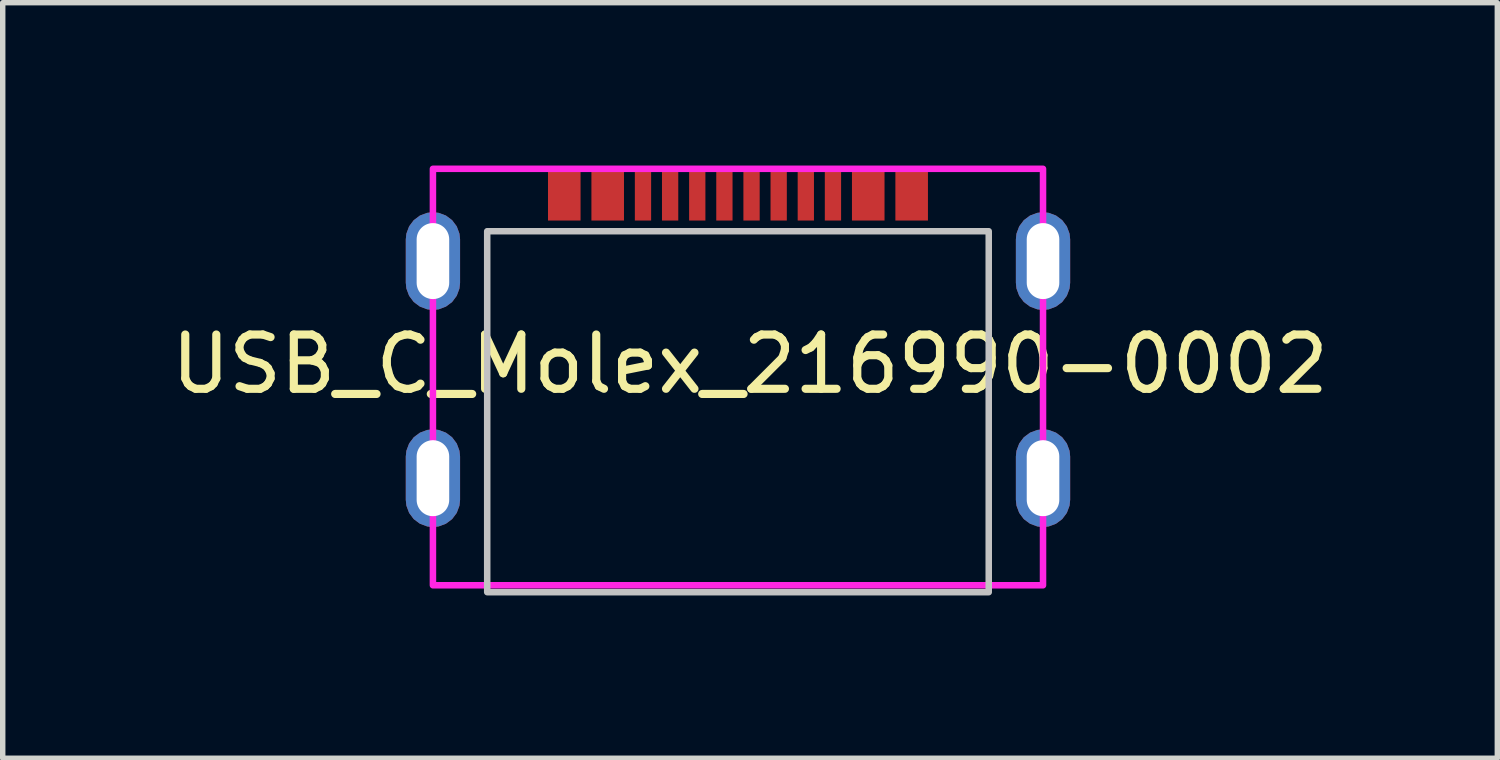
<source format=kicad_pcb>
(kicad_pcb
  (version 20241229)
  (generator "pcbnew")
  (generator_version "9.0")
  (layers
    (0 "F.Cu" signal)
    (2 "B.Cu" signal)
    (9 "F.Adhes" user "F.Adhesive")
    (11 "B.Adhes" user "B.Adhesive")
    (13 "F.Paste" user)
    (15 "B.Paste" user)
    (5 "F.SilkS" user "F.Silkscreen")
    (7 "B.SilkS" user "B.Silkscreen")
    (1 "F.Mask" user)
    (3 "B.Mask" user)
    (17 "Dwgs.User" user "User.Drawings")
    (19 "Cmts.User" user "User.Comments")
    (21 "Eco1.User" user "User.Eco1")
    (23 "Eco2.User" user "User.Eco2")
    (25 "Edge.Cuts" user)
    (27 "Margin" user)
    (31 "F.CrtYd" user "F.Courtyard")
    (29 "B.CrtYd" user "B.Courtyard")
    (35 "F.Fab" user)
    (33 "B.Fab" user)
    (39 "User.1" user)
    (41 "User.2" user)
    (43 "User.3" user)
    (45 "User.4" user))
  (footprint "USB_C_Molex_216990-0002"
    (layer "F.Cu")
    (at 4.926 0.61)
    (property "Reference" "USB_C_Molex_216990-0002" (at 5.842 3.048 0) (unlocked yes) (layer "F.SilkS") (effects (font (size 1 1) (thickness 0.15))))
    (attr smd)
    (fp_rect (start 1 0.6) (end 10.24 7.25) (stroke (width 0.12) (type solid)) (fill no) (layer "Dwgs.User"))
    (fp_rect (start 0 -0.55) (end 11.24 7.123) (stroke (width 0.12) (type solid)) (fill no) (layer "F.CrtYd"))
    (pad "A1" smd rect (at 2.42 -0.072) (size 0.6 0.95) (layers "F.Cu" "F.Mask" "F.Paste"))
    (pad "A1" smd rect (at 8.82 -0.072) (size 0.6 0.95) (layers "F.Cu" "F.Mask" "F.Paste"))
    (pad "A4" smd rect (at 3.22 -0.072) (size 0.6 0.95) (layers "F.Cu" "F.Mask" "F.Paste"))
    (pad "A4" smd rect (at 8.02 -0.072) (size 0.6 0.95) (layers "F.Cu" "F.Mask" "F.Paste"))
    (pad "A5" smd rect (at 4.37 -0.072) (size 0.3 0.95) (layers "F.Cu" "F.Mask" "F.Paste"))
    (pad "A6" smd rect (at 5.37 -0.072) (size 0.3 0.95) (layers "F.Cu" "F.Mask" "F.Paste"))
    (pad "A7" smd rect (at 5.87 -0.072) (size 0.3 0.95) (layers "F.Cu" "F.Mask" "F.Paste"))
    (pad "A8" smd rect (at 6.87 -0.072) (size 0.3 0.95) (layers "F.Cu" "F.Mask" "F.Paste"))
    (pad "B5" smd rect (at 7.37 -0.072) (size 0.3 0.95) (layers "F.Cu" "F.Mask" "F.Paste"))
    (pad "B6" smd rect (at 6.37 -0.072) (size 0.3 0.95) (layers "F.Cu" "F.Mask" "F.Paste"))
    (pad "B7" smd rect (at 4.87 -0.072) (size 0.3 0.95) (layers "F.Cu" "F.Mask" "F.Paste"))
    (pad "B8" smd rect (at 3.87 -0.072) (size 0.3 0.95) (layers "F.Cu" "F.Mask" "F.Paste"))
    (pad "SHIELD" thru_hole roundrect (at 0 1.15) (size 1 1.8) (drill oval 0.6 1.4) (layers "*.Cu" "*.Mask") (roundrect_rratio 0.5))
    (pad "SHIELD" thru_hole roundrect (at 0 5.15) (size 1 1.8) (drill oval 0.6 1.4) (layers "*.Cu" "*.Mask") (roundrect_rratio 0.5))
    (pad "SHIELD" thru_hole roundrect (at 11.24 1.15) (size 1 1.8) (drill oval 0.6 1.4) (layers "*.Cu" "*.Mask") (roundrect_rratio 0.5))
    (pad "SHIELD" thru_hole roundrect (at 11.24 5.15) (size 1 1.8) (drill oval 0.6 1.4) (layers "*.Cu" "*.Mask") (roundrect_rratio 0.5)))
  (gr_rect
    (start -3 -3)
    (end 24.536 10.92)
    (stroke (width 0.1) (type default))
    (fill no)
    (layer "Edge.Cuts")))
</source>
